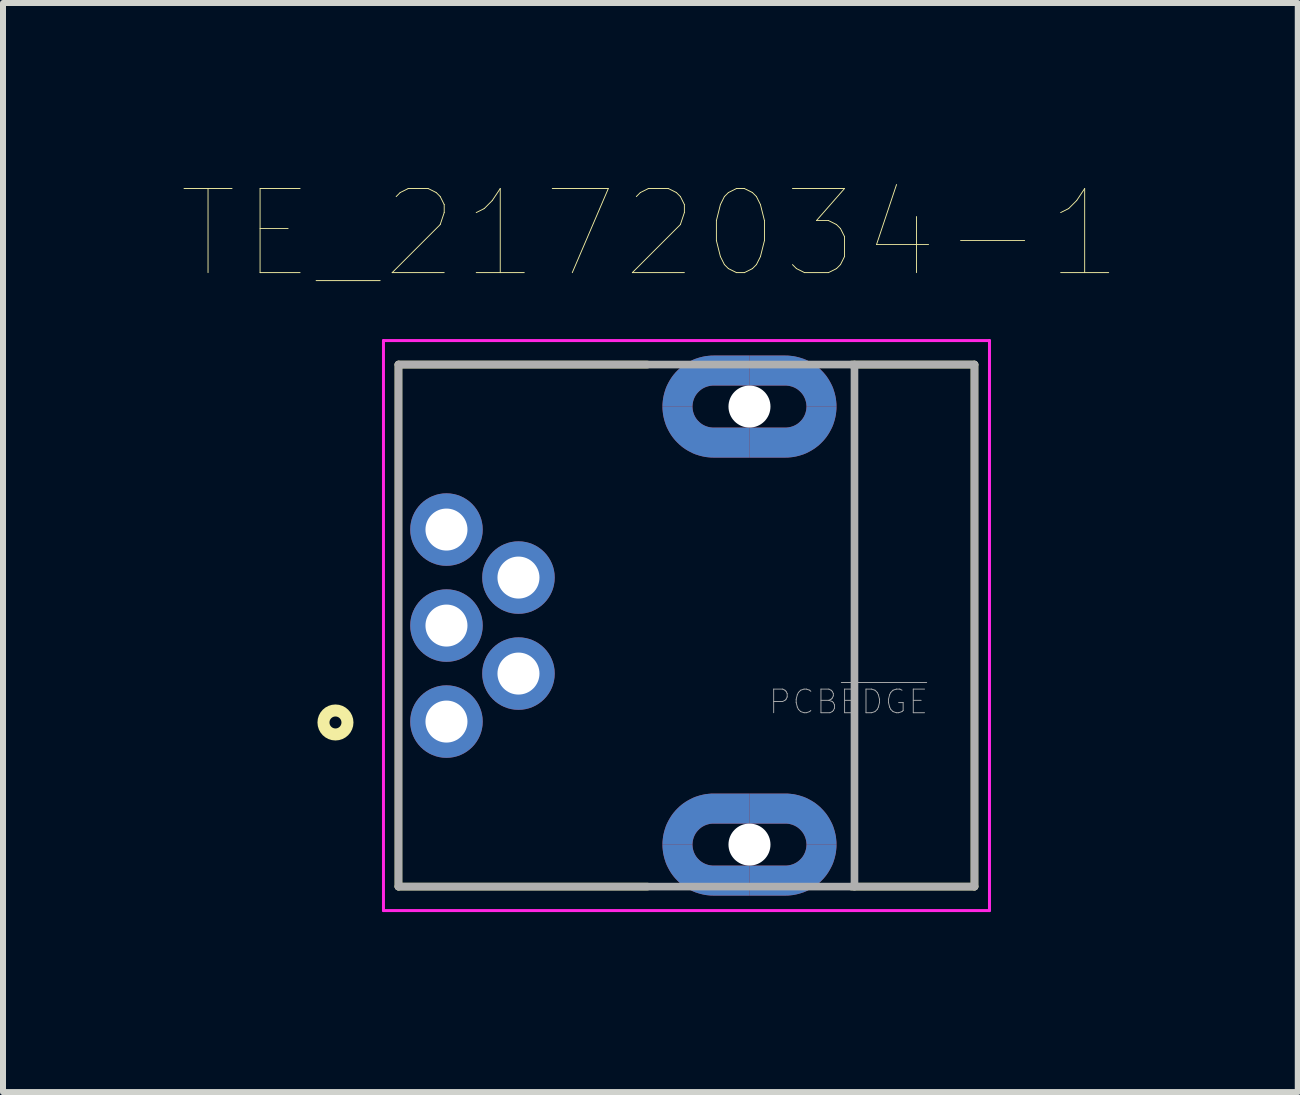
<source format=kicad_pcb>
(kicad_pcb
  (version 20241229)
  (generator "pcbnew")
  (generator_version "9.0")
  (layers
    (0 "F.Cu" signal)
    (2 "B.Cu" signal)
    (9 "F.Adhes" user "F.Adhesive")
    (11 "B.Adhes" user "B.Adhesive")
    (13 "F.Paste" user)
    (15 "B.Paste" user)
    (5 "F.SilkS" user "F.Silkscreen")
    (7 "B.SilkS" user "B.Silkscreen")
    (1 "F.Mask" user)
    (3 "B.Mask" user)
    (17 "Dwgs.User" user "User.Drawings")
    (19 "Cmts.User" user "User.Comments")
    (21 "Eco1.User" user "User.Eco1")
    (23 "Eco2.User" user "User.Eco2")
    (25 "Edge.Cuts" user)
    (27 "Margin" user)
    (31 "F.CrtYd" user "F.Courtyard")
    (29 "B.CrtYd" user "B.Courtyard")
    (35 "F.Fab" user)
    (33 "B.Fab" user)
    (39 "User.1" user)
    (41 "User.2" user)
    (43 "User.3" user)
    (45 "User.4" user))
  (footprint "TE_2172034-1"
    (layer "F.Cu")
    (at 9.441 7.376)
    (property "Reference" "TE_2172034-1" (at -1.652 -6.53 0) (layer "F.SilkS") (effects (font (size 1.401 1.401) (thickness 0.015))))
    (attr through_hole)
    (fp_poly (pts (xy 0 -4.5) (xy -0.6 -4.5) (xy -0.644 -4.499) (xy -0.689 -4.495) (xy -0.733 -4.49) (xy -0.777 -4.481) (xy -0.82 -4.471) (xy -0.863 -4.458) (xy -0.905 -4.444) (xy -0.946 -4.427) (xy -0.986 -4.407) (xy -1.025 -4.386) (xy -1.063 -4.363) (xy -1.1 -4.338) (xy -1.135 -4.311) (xy -1.169 -4.282) (xy -1.201 -4.251) (xy -1.232 -4.219) (xy -1.261 -4.185) (xy -1.288 -4.15) (xy -1.313 -4.113) (xy -1.336 -4.075) (xy -1.357 -4.036) (xy -1.377 -3.996) (xy -1.394 -3.955) (xy -1.408 -3.913) (xy -1.421 -3.87) (xy -1.431 -3.827) (xy -1.44 -3.783) (xy -1.445 -3.739) (xy -1.449 -3.694) (xy -1.45 -3.65) (xy -0.95 -3.65) (xy -0.95 -3.668) (xy -0.948 -3.687) (xy -0.946 -3.705) (xy -0.942 -3.723) (xy -0.938 -3.741) (xy -0.933 -3.758) (xy -0.927 -3.775) (xy -0.92 -3.792) (xy -0.912 -3.809) (xy -0.903 -3.825) (xy -0.894 -3.841) (xy -0.883 -3.856) (xy -0.872 -3.87) (xy -0.86 -3.884) (xy -0.847 -3.897) (xy -0.834 -3.91) (xy -0.82 -3.922) (xy -0.806 -3.933) (xy -0.791 -3.944) (xy -0.775 -3.953) (xy -0.759 -3.962) (xy -0.742 -3.97) (xy -0.725 -3.977) (xy -0.708 -3.983) (xy -0.691 -3.988) (xy -0.673 -3.992) (xy -0.655 -3.996) (xy -0.637 -3.998) (xy -0.618 -4) (xy -0.6 -4) (xy 0 -4) (xy 0 -4.5)) (stroke (width 0.0001) (type solid)) (fill yes) (layer "F.Cu"))
    (fp_poly (pts (xy 0 -4.5) (xy 0.6 -4.5) (xy 0.644 -4.499) (xy 0.689 -4.495) (xy 0.733 -4.49) (xy 0.777 -4.481) (xy 0.82 -4.471) (xy 0.863 -4.458) (xy 0.905 -4.444) (xy 0.946 -4.427) (xy 0.986 -4.407) (xy 1.025 -4.386) (xy 1.063 -4.363) (xy 1.1 -4.338) (xy 1.135 -4.311) (xy 1.169 -4.282) (xy 1.201 -4.251) (xy 1.232 -4.219) (xy 1.261 -4.185) (xy 1.288 -4.15) (xy 1.313 -4.113) (xy 1.336 -4.075) (xy 1.357 -4.036) (xy 1.377 -3.996) (xy 1.394 -3.955) (xy 1.408 -3.913) (xy 1.421 -3.87) (xy 1.431 -3.827) (xy 1.44 -3.783) (xy 1.445 -3.739) (xy 1.449 -3.694) (xy 1.45 -3.65) (xy 0.95 -3.65) (xy 0.95 -3.668) (xy 0.948 -3.687) (xy 0.946 -3.705) (xy 0.942 -3.723) (xy 0.938 -3.741) (xy 0.933 -3.758) (xy 0.927 -3.775) (xy 0.92 -3.792) (xy 0.912 -3.809) (xy 0.903 -3.825) (xy 0.894 -3.841) (xy 0.883 -3.856) (xy 0.872 -3.87) (xy 0.86 -3.884) (xy 0.847 -3.897) (xy 0.834 -3.91) (xy 0.82 -3.922) (xy 0.806 -3.933) (xy 0.791 -3.944) (xy 0.775 -3.953) (xy 0.759 -3.962) (xy 0.742 -3.97) (xy 0.725 -3.977) (xy 0.708 -3.983) (xy 0.691 -3.988) (xy 0.673 -3.992) (xy 0.655 -3.996) (xy 0.637 -3.998) (xy 0.618 -4) (xy 0.6 -4) (xy 0 -4) (xy 0 -4.5)) (stroke (width 0.0001) (type solid)) (fill yes) (layer "F.Cu"))
    (fp_poly (pts (xy 0 -2.8) (xy -0.6 -2.8) (xy -0.644 -2.801) (xy -0.689 -2.805) (xy -0.733 -2.81) (xy -0.777 -2.819) (xy -0.82 -2.829) (xy -0.863 -2.842) (xy -0.905 -2.856) (xy -0.946 -2.873) (xy -0.986 -2.893) (xy -1.025 -2.914) (xy -1.063 -2.937) (xy -1.1 -2.962) (xy -1.135 -2.989) (xy -1.169 -3.018) (xy -1.201 -3.049) (xy -1.232 -3.081) (xy -1.261 -3.115) (xy -1.288 -3.15) (xy -1.313 -3.187) (xy -1.336 -3.225) (xy -1.357 -3.264) (xy -1.377 -3.304) (xy -1.394 -3.345) (xy -1.408 -3.387) (xy -1.421 -3.43) (xy -1.431 -3.473) (xy -1.44 -3.517) (xy -1.445 -3.561) (xy -1.449 -3.606) (xy -1.45 -3.65) (xy -0.95 -3.65) (xy -0.95 -3.632) (xy -0.948 -3.613) (xy -0.946 -3.595) (xy -0.942 -3.577) (xy -0.938 -3.559) (xy -0.933 -3.542) (xy -0.927 -3.525) (xy -0.92 -3.508) (xy -0.912 -3.491) (xy -0.903 -3.475) (xy -0.894 -3.459) (xy -0.883 -3.444) (xy -0.872 -3.43) (xy -0.86 -3.416) (xy -0.847 -3.403) (xy -0.834 -3.39) (xy -0.82 -3.378) (xy -0.806 -3.367) (xy -0.791 -3.356) (xy -0.775 -3.347) (xy -0.759 -3.338) (xy -0.742 -3.33) (xy -0.725 -3.323) (xy -0.708 -3.317) (xy -0.691 -3.312) (xy -0.673 -3.308) (xy -0.655 -3.304) (xy -0.637 -3.302) (xy -0.618 -3.3) (xy -0.6 -3.3) (xy 0 -3.3) (xy 0 -2.8)) (stroke (width 0.0001) (type solid)) (fill yes) (layer "F.Cu"))
    (fp_poly (pts (xy 0 -2.8) (xy 0.6 -2.8) (xy 0.644 -2.801) (xy 0.689 -2.805) (xy 0.733 -2.81) (xy 0.777 -2.819) (xy 0.82 -2.829) (xy 0.863 -2.842) (xy 0.905 -2.856) (xy 0.946 -2.873) (xy 0.986 -2.893) (xy 1.025 -2.914) (xy 1.063 -2.937) (xy 1.1 -2.962) (xy 1.135 -2.989) (xy 1.169 -3.018) (xy 1.201 -3.049) (xy 1.232 -3.081) (xy 1.261 -3.115) (xy 1.288 -3.15) (xy 1.313 -3.187) (xy 1.336 -3.225) (xy 1.357 -3.264) (xy 1.377 -3.304) (xy 1.394 -3.345) (xy 1.408 -3.387) (xy 1.421 -3.43) (xy 1.431 -3.473) (xy 1.44 -3.517) (xy 1.445 -3.561) (xy 1.449 -3.606) (xy 1.45 -3.65) (xy 0.95 -3.65) (xy 0.95 -3.632) (xy 0.948 -3.613) (xy 0.946 -3.595) (xy 0.942 -3.577) (xy 0.938 -3.559) (xy 0.933 -3.542) (xy 0.927 -3.525) (xy 0.92 -3.508) (xy 0.912 -3.491) (xy 0.903 -3.475) (xy 0.894 -3.459) (xy 0.883 -3.444) (xy 0.872 -3.43) (xy 0.86 -3.416) (xy 0.847 -3.403) (xy 0.834 -3.39) (xy 0.82 -3.378) (xy 0.806 -3.367) (xy 0.791 -3.356) (xy 0.775 -3.347) (xy 0.759 -3.338) (xy 0.742 -3.33) (xy 0.725 -3.323) (xy 0.708 -3.317) (xy 0.691 -3.312) (xy 0.673 -3.308) (xy 0.655 -3.304) (xy 0.637 -3.302) (xy 0.618 -3.3) (xy 0.6 -3.3) (xy 0 -3.3) (xy 0 -2.8)) (stroke (width 0.0001) (type solid)) (fill yes) (layer "F.Cu"))
    (fp_poly (pts (xy 0 2.8) (xy -0.6 2.8) (xy -0.644 2.801) (xy -0.689 2.805) (xy -0.733 2.81) (xy -0.777 2.819) (xy -0.82 2.829) (xy -0.863 2.842) (xy -0.905 2.856) (xy -0.946 2.873) (xy -0.986 2.893) (xy -1.025 2.914) (xy -1.063 2.937) (xy -1.1 2.962) (xy -1.135 2.989) (xy -1.169 3.018) (xy -1.201 3.049) (xy -1.232 3.081) (xy -1.261 3.115) (xy -1.288 3.15) (xy -1.313 3.187) (xy -1.336 3.225) (xy -1.357 3.264) (xy -1.377 3.304) (xy -1.394 3.345) (xy -1.408 3.387) (xy -1.421 3.43) (xy -1.431 3.473) (xy -1.44 3.517) (xy -1.445 3.561) (xy -1.449 3.606) (xy -1.45 3.65) (xy -0.95 3.65) (xy -0.95 3.632) (xy -0.948 3.613) (xy -0.946 3.595) (xy -0.942 3.577) (xy -0.938 3.559) (xy -0.933 3.542) (xy -0.927 3.525) (xy -0.92 3.508) (xy -0.912 3.491) (xy -0.903 3.475) (xy -0.894 3.459) (xy -0.883 3.444) (xy -0.872 3.43) (xy -0.86 3.416) (xy -0.847 3.403) (xy -0.834 3.39) (xy -0.82 3.378) (xy -0.806 3.367) (xy -0.791 3.356) (xy -0.775 3.347) (xy -0.759 3.338) (xy -0.742 3.33) (xy -0.725 3.323) (xy -0.708 3.317) (xy -0.691 3.312) (xy -0.673 3.308) (xy -0.655 3.304) (xy -0.637 3.302) (xy -0.618 3.3) (xy -0.6 3.3) (xy 0 3.3) (xy 0 2.8)) (stroke (width 0.0001) (type solid)) (fill yes) (layer "F.Cu"))
    (fp_poly (pts (xy 0 2.8) (xy 0.6 2.8) (xy 0.644 2.801) (xy 0.689 2.805) (xy 0.733 2.81) (xy 0.777 2.819) (xy 0.82 2.829) (xy 0.863 2.842) (xy 0.905 2.856) (xy 0.946 2.873) (xy 0.986 2.893) (xy 1.025 2.914) (xy 1.063 2.937) (xy 1.1 2.962) (xy 1.135 2.989) (xy 1.169 3.018) (xy 1.201 3.049) (xy 1.232 3.081) (xy 1.261 3.115) (xy 1.288 3.15) (xy 1.313 3.187) (xy 1.336 3.225) (xy 1.357 3.264) (xy 1.377 3.304) (xy 1.394 3.345) (xy 1.408 3.387) (xy 1.421 3.43) (xy 1.431 3.473) (xy 1.44 3.517) (xy 1.445 3.561) (xy 1.449 3.606) (xy 1.45 3.65) (xy 0.95 3.65) (xy 0.95 3.632) (xy 0.948 3.613) (xy 0.946 3.595) (xy 0.942 3.577) (xy 0.938 3.559) (xy 0.933 3.542) (xy 0.927 3.525) (xy 0.92 3.508) (xy 0.912 3.491) (xy 0.903 3.475) (xy 0.894 3.459) (xy 0.883 3.444) (xy 0.872 3.43) (xy 0.86 3.416) (xy 0.847 3.403) (xy 0.834 3.39) (xy 0.82 3.378) (xy 0.806 3.367) (xy 0.791 3.356) (xy 0.775 3.347) (xy 0.759 3.338) (xy 0.742 3.33) (xy 0.725 3.323) (xy 0.708 3.317) (xy 0.691 3.312) (xy 0.673 3.308) (xy 0.655 3.304) (xy 0.637 3.302) (xy 0.618 3.3) (xy 0.6 3.3) (xy 0 3.3) (xy 0 2.8)) (stroke (width 0.0001) (type solid)) (fill yes) (layer "F.Cu"))
    (fp_poly (pts (xy 0 4.5) (xy -0.6 4.5) (xy -0.644 4.499) (xy -0.689 4.495) (xy -0.733 4.49) (xy -0.777 4.481) (xy -0.82 4.471) (xy -0.863 4.458) (xy -0.905 4.444) (xy -0.946 4.427) (xy -0.986 4.407) (xy -1.025 4.386) (xy -1.063 4.363) (xy -1.1 4.338) (xy -1.135 4.311) (xy -1.169 4.282) (xy -1.201 4.251) (xy -1.232 4.219) (xy -1.261 4.185) (xy -1.288 4.15) (xy -1.313 4.113) (xy -1.336 4.075) (xy -1.357 4.036) (xy -1.377 3.996) (xy -1.394 3.955) (xy -1.408 3.913) (xy -1.421 3.87) (xy -1.431 3.827) (xy -1.44 3.783) (xy -1.445 3.739) (xy -1.449 3.694) (xy -1.45 3.65) (xy -0.95 3.65) (xy -0.95 3.668) (xy -0.948 3.687) (xy -0.946 3.705) (xy -0.942 3.723) (xy -0.938 3.741) (xy -0.933 3.758) (xy -0.927 3.775) (xy -0.92 3.792) (xy -0.912 3.809) (xy -0.903 3.825) (xy -0.894 3.841) (xy -0.883 3.856) (xy -0.872 3.87) (xy -0.86 3.884) (xy -0.847 3.897) (xy -0.834 3.91) (xy -0.82 3.922) (xy -0.806 3.933) (xy -0.791 3.944) (xy -0.775 3.953) (xy -0.759 3.962) (xy -0.742 3.97) (xy -0.725 3.977) (xy -0.708 3.983) (xy -0.691 3.988) (xy -0.673 3.992) (xy -0.655 3.996) (xy -0.637 3.998) (xy -0.618 4) (xy -0.6 4) (xy 0 4) (xy 0 4.5)) (stroke (width 0.0001) (type solid)) (fill yes) (layer "F.Cu"))
    (fp_poly (pts (xy 0 4.5) (xy 0.6 4.5) (xy 0.644 4.499) (xy 0.689 4.495) (xy 0.733 4.49) (xy 0.777 4.481) (xy 0.82 4.471) (xy 0.863 4.458) (xy 0.905 4.444) (xy 0.946 4.427) (xy 0.986 4.407) (xy 1.025 4.386) (xy 1.063 4.363) (xy 1.1 4.338) (xy 1.135 4.311) (xy 1.169 4.282) (xy 1.201 4.251) (xy 1.232 4.219) (xy 1.261 4.185) (xy 1.288 4.15) (xy 1.313 4.113) (xy 1.336 4.075) (xy 1.357 4.036) (xy 1.377 3.996) (xy 1.394 3.955) (xy 1.408 3.913) (xy 1.421 3.87) (xy 1.431 3.827) (xy 1.44 3.783) (xy 1.445 3.739) (xy 1.449 3.694) (xy 1.45 3.65) (xy 0.95 3.65) (xy 0.95 3.668) (xy 0.948 3.687) (xy 0.946 3.705) (xy 0.942 3.723) (xy 0.938 3.741) (xy 0.933 3.758) (xy 0.927 3.775) (xy 0.92 3.792) (xy 0.912 3.809) (xy 0.903 3.825) (xy 0.894 3.841) (xy 0.883 3.856) (xy 0.872 3.87) (xy 0.86 3.884) (xy 0.847 3.897) (xy 0.834 3.91) (xy 0.82 3.922) (xy 0.806 3.933) (xy 0.791 3.944) (xy 0.775 3.953) (xy 0.759 3.962) (xy 0.742 3.97) (xy 0.725 3.977) (xy 0.708 3.983) (xy 0.691 3.988) (xy 0.673 3.992) (xy 0.655 3.996) (xy 0.637 3.998) (xy 0.618 4) (xy 0.6 4) (xy 0 4) (xy 0 4.5)) (stroke (width 0.0001) (type solid)) (fill yes) (layer "F.Cu"))
    (fp_poly (pts (xy -1.553 2.7) (xy 1.55 2.7) (xy 1.55 4.609) (xy -1.553 4.609)) (stroke (width 0.01) (type solid)) (fill yes) (layer "F.Mask"))
    (fp_poly (pts (xy -1.552 -4.6) (xy 1.55 -4.6) (xy 1.55 -2.704) (xy -1.552 -2.704)) (stroke (width 0.01) (type solid)) (fill yes) (layer "F.Mask"))
    (fp_poly (pts (xy -1.551 2.7) (xy 1.55 2.7) (xy 1.55 4.604) (xy -1.551 4.604)) (stroke (width 0.01) (type solid)) (fill yes) (layer "F.Mask"))
    (fp_poly (pts (xy 0 -4.5) (xy -0.6 -4.5) (xy -0.644 -4.499) (xy -0.689 -4.495) (xy -0.733 -4.49) (xy -0.777 -4.481) (xy -0.82 -4.471) (xy -0.863 -4.458) (xy -0.905 -4.444) (xy -0.946 -4.427) (xy -0.986 -4.407) (xy -1.025 -4.386) (xy -1.063 -4.363) (xy -1.1 -4.338) (xy -1.135 -4.311) (xy -1.169 -4.282) (xy -1.201 -4.251) (xy -1.232 -4.219) (xy -1.261 -4.185) (xy -1.288 -4.15) (xy -1.313 -4.113) (xy -1.336 -4.075) (xy -1.357 -4.036) (xy -1.377 -3.996) (xy -1.394 -3.955) (xy -1.408 -3.913) (xy -1.421 -3.87) (xy -1.431 -3.827) (xy -1.44 -3.783) (xy -1.445 -3.739) (xy -1.449 -3.694) (xy -1.45 -3.65) (xy -0.95 -3.65) (xy -0.95 -3.668) (xy -0.948 -3.687) (xy -0.946 -3.705) (xy -0.942 -3.723) (xy -0.938 -3.741) (xy -0.933 -3.758) (xy -0.927 -3.775) (xy -0.92 -3.792) (xy -0.912 -3.809) (xy -0.903 -3.825) (xy -0.894 -3.841) (xy -0.883 -3.856) (xy -0.872 -3.87) (xy -0.86 -3.884) (xy -0.847 -3.897) (xy -0.834 -3.91) (xy -0.82 -3.922) (xy -0.806 -3.933) (xy -0.791 -3.944) (xy -0.775 -3.953) (xy -0.759 -3.962) (xy -0.742 -3.97) (xy -0.725 -3.977) (xy -0.708 -3.983) (xy -0.691 -3.988) (xy -0.673 -3.992) (xy -0.655 -3.996) (xy -0.637 -3.998) (xy -0.618 -4) (xy -0.6 -4) (xy 0 -4) (xy 0 -4.5)) (stroke (width 0.0001) (type solid)) (fill yes) (layer "B.Cu"))
    (fp_poly (pts (xy 0 -4.5) (xy 0.6 -4.5) (xy 0.644 -4.499) (xy 0.689 -4.495) (xy 0.733 -4.49) (xy 0.777 -4.481) (xy 0.82 -4.471) (xy 0.863 -4.458) (xy 0.905 -4.444) (xy 0.946 -4.427) (xy 0.986 -4.407) (xy 1.025 -4.386) (xy 1.063 -4.363) (xy 1.1 -4.338) (xy 1.135 -4.311) (xy 1.169 -4.282) (xy 1.201 -4.251) (xy 1.232 -4.219) (xy 1.261 -4.185) (xy 1.288 -4.15) (xy 1.313 -4.113) (xy 1.336 -4.075) (xy 1.357 -4.036) (xy 1.377 -3.996) (xy 1.394 -3.955) (xy 1.408 -3.913) (xy 1.421 -3.87) (xy 1.431 -3.827) (xy 1.44 -3.783) (xy 1.445 -3.739) (xy 1.449 -3.694) (xy 1.45 -3.65) (xy 0.95 -3.65) (xy 0.95 -3.668) (xy 0.948 -3.687) (xy 0.946 -3.705) (xy 0.942 -3.723) (xy 0.938 -3.741) (xy 0.933 -3.758) (xy 0.927 -3.775) (xy 0.92 -3.792) (xy 0.912 -3.809) (xy 0.903 -3.825) (xy 0.894 -3.841) (xy 0.883 -3.856) (xy 0.872 -3.87) (xy 0.86 -3.884) (xy 0.847 -3.897) (xy 0.834 -3.91) (xy 0.82 -3.922) (xy 0.806 -3.933) (xy 0.791 -3.944) (xy 0.775 -3.953) (xy 0.759 -3.962) (xy 0.742 -3.97) (xy 0.725 -3.977) (xy 0.708 -3.983) (xy 0.691 -3.988) (xy 0.673 -3.992) (xy 0.655 -3.996) (xy 0.637 -3.998) (xy 0.618 -4) (xy 0.6 -4) (xy 0 -4) (xy 0 -4.5)) (stroke (width 0.0001) (type solid)) (fill yes) (layer "B.Cu"))
    (fp_poly (pts (xy 0 -2.8) (xy -0.6 -2.8) (xy -0.644 -2.801) (xy -0.689 -2.805) (xy -0.733 -2.81) (xy -0.777 -2.819) (xy -0.82 -2.829) (xy -0.863 -2.842) (xy -0.905 -2.856) (xy -0.946 -2.873) (xy -0.986 -2.893) (xy -1.025 -2.914) (xy -1.063 -2.937) (xy -1.1 -2.962) (xy -1.135 -2.989) (xy -1.169 -3.018) (xy -1.201 -3.049) (xy -1.232 -3.081) (xy -1.261 -3.115) (xy -1.288 -3.15) (xy -1.313 -3.187) (xy -1.336 -3.225) (xy -1.357 -3.264) (xy -1.377 -3.304) (xy -1.394 -3.345) (xy -1.408 -3.387) (xy -1.421 -3.43) (xy -1.431 -3.473) (xy -1.44 -3.517) (xy -1.445 -3.561) (xy -1.449 -3.606) (xy -1.45 -3.65) (xy -0.95 -3.65) (xy -0.95 -3.632) (xy -0.948 -3.613) (xy -0.946 -3.595) (xy -0.942 -3.577) (xy -0.938 -3.559) (xy -0.933 -3.542) (xy -0.927 -3.525) (xy -0.92 -3.508) (xy -0.912 -3.491) (xy -0.903 -3.475) (xy -0.894 -3.459) (xy -0.883 -3.444) (xy -0.872 -3.43) (xy -0.86 -3.416) (xy -0.847 -3.403) (xy -0.834 -3.39) (xy -0.82 -3.378) (xy -0.806 -3.367) (xy -0.791 -3.356) (xy -0.775 -3.347) (xy -0.759 -3.338) (xy -0.742 -3.33) (xy -0.725 -3.323) (xy -0.708 -3.317) (xy -0.691 -3.312) (xy -0.673 -3.308) (xy -0.655 -3.304) (xy -0.637 -3.302) (xy -0.618 -3.3) (xy -0.6 -3.3) (xy 0 -3.3) (xy 0 -2.8)) (stroke (width 0.0001) (type solid)) (fill yes) (layer "B.Cu"))
    (fp_poly (pts (xy 0 -2.8) (xy 0.6 -2.8) (xy 0.644 -2.801) (xy 0.689 -2.805) (xy 0.733 -2.81) (xy 0.777 -2.819) (xy 0.82 -2.829) (xy 0.863 -2.842) (xy 0.905 -2.856) (xy 0.946 -2.873) (xy 0.986 -2.893) (xy 1.025 -2.914) (xy 1.063 -2.937) (xy 1.1 -2.962) (xy 1.135 -2.989) (xy 1.169 -3.018) (xy 1.201 -3.049) (xy 1.232 -3.081) (xy 1.261 -3.115) (xy 1.288 -3.15) (xy 1.313 -3.187) (xy 1.336 -3.225) (xy 1.357 -3.264) (xy 1.377 -3.304) (xy 1.394 -3.345) (xy 1.408 -3.387) (xy 1.421 -3.43) (xy 1.431 -3.473) (xy 1.44 -3.517) (xy 1.445 -3.561) (xy 1.449 -3.606) (xy 1.45 -3.65) (xy 0.95 -3.65) (xy 0.95 -3.632) (xy 0.948 -3.613) (xy 0.946 -3.595) (xy 0.942 -3.577) (xy 0.938 -3.559) (xy 0.933 -3.542) (xy 0.927 -3.525) (xy 0.92 -3.508) (xy 0.912 -3.491) (xy 0.903 -3.475) (xy 0.894 -3.459) (xy 0.883 -3.444) (xy 0.872 -3.43) (xy 0.86 -3.416) (xy 0.847 -3.403) (xy 0.834 -3.39) (xy 0.82 -3.378) (xy 0.806 -3.367) (xy 0.791 -3.356) (xy 0.775 -3.347) (xy 0.759 -3.338) (xy 0.742 -3.33) (xy 0.725 -3.323) (xy 0.708 -3.317) (xy 0.691 -3.312) (xy 0.673 -3.308) (xy 0.655 -3.304) (xy 0.637 -3.302) (xy 0.618 -3.3) (xy 0.6 -3.3) (xy 0 -3.3) (xy 0 -2.8)) (stroke (width 0.0001) (type solid)) (fill yes) (layer "B.Cu"))
    (fp_poly (pts (xy 0 2.8) (xy -0.6 2.8) (xy -0.644 2.801) (xy -0.689 2.805) (xy -0.733 2.81) (xy -0.777 2.819) (xy -0.82 2.829) (xy -0.863 2.842) (xy -0.905 2.856) (xy -0.946 2.873) (xy -0.986 2.893) (xy -1.025 2.914) (xy -1.063 2.937) (xy -1.1 2.962) (xy -1.135 2.989) (xy -1.169 3.018) (xy -1.201 3.049) (xy -1.232 3.081) (xy -1.261 3.115) (xy -1.288 3.15) (xy -1.313 3.187) (xy -1.336 3.225) (xy -1.357 3.264) (xy -1.377 3.304) (xy -1.394 3.345) (xy -1.408 3.387) (xy -1.421 3.43) (xy -1.431 3.473) (xy -1.44 3.517) (xy -1.445 3.561) (xy -1.449 3.606) (xy -1.45 3.65) (xy -0.95 3.65) (xy -0.95 3.632) (xy -0.948 3.613) (xy -0.946 3.595) (xy -0.942 3.577) (xy -0.938 3.559) (xy -0.933 3.542) (xy -0.927 3.525) (xy -0.92 3.508) (xy -0.912 3.491) (xy -0.903 3.475) (xy -0.894 3.459) (xy -0.883 3.444) (xy -0.872 3.43) (xy -0.86 3.416) (xy -0.847 3.403) (xy -0.834 3.39) (xy -0.82 3.378) (xy -0.806 3.367) (xy -0.791 3.356) (xy -0.775 3.347) (xy -0.759 3.338) (xy -0.742 3.33) (xy -0.725 3.323) (xy -0.708 3.317) (xy -0.691 3.312) (xy -0.673 3.308) (xy -0.655 3.304) (xy -0.637 3.302) (xy -0.618 3.3) (xy -0.6 3.3) (xy 0 3.3) (xy 0 2.8)) (stroke (width 0.0001) (type solid)) (fill yes) (layer "B.Cu"))
    (fp_poly (pts (xy 0 2.8) (xy 0.6 2.8) (xy 0.644 2.801) (xy 0.689 2.805) (xy 0.733 2.81) (xy 0.777 2.819) (xy 0.82 2.829) (xy 0.863 2.842) (xy 0.905 2.856) (xy 0.946 2.873) (xy 0.986 2.893) (xy 1.025 2.914) (xy 1.063 2.937) (xy 1.1 2.962) (xy 1.135 2.989) (xy 1.169 3.018) (xy 1.201 3.049) (xy 1.232 3.081) (xy 1.261 3.115) (xy 1.288 3.15) (xy 1.313 3.187) (xy 1.336 3.225) (xy 1.357 3.264) (xy 1.377 3.304) (xy 1.394 3.345) (xy 1.408 3.387) (xy 1.421 3.43) (xy 1.431 3.473) (xy 1.44 3.517) (xy 1.445 3.561) (xy 1.449 3.606) (xy 1.45 3.65) (xy 0.95 3.65) (xy 0.95 3.632) (xy 0.948 3.613) (xy 0.946 3.595) (xy 0.942 3.577) (xy 0.938 3.559) (xy 0.933 3.542) (xy 0.927 3.525) (xy 0.92 3.508) (xy 0.912 3.491) (xy 0.903 3.475) (xy 0.894 3.459) (xy 0.883 3.444) (xy 0.872 3.43) (xy 0.86 3.416) (xy 0.847 3.403) (xy 0.834 3.39) (xy 0.82 3.378) (xy 0.806 3.367) (xy 0.791 3.356) (xy 0.775 3.347) (xy 0.759 3.338) (xy 0.742 3.33) (xy 0.725 3.323) (xy 0.708 3.317) (xy 0.691 3.312) (xy 0.673 3.308) (xy 0.655 3.304) (xy 0.637 3.302) (xy 0.618 3.3) (xy 0.6 3.3) (xy 0 3.3) (xy 0 2.8)) (stroke (width 0.0001) (type solid)) (fill yes) (layer "B.Cu"))
    (fp_poly (pts (xy 0 4.5) (xy -0.6 4.5) (xy -0.644 4.499) (xy -0.689 4.495) (xy -0.733 4.49) (xy -0.777 4.481) (xy -0.82 4.471) (xy -0.863 4.458) (xy -0.905 4.444) (xy -0.946 4.427) (xy -0.986 4.407) (xy -1.025 4.386) (xy -1.063 4.363) (xy -1.1 4.338) (xy -1.135 4.311) (xy -1.169 4.282) (xy -1.201 4.251) (xy -1.232 4.219) (xy -1.261 4.185) (xy -1.288 4.15) (xy -1.313 4.113) (xy -1.336 4.075) (xy -1.357 4.036) (xy -1.377 3.996) (xy -1.394 3.955) (xy -1.408 3.913) (xy -1.421 3.87) (xy -1.431 3.827) (xy -1.44 3.783) (xy -1.445 3.739) (xy -1.449 3.694) (xy -1.45 3.65) (xy -0.95 3.65) (xy -0.95 3.668) (xy -0.948 3.687) (xy -0.946 3.705) (xy -0.942 3.723) (xy -0.938 3.741) (xy -0.933 3.758) (xy -0.927 3.775) (xy -0.92 3.792) (xy -0.912 3.809) (xy -0.903 3.825) (xy -0.894 3.841) (xy -0.883 3.856) (xy -0.872 3.87) (xy -0.86 3.884) (xy -0.847 3.897) (xy -0.834 3.91) (xy -0.82 3.922) (xy -0.806 3.933) (xy -0.791 3.944) (xy -0.775 3.953) (xy -0.759 3.962) (xy -0.742 3.97) (xy -0.725 3.977) (xy -0.708 3.983) (xy -0.691 3.988) (xy -0.673 3.992) (xy -0.655 3.996) (xy -0.637 3.998) (xy -0.618 4) (xy -0.6 4) (xy 0 4) (xy 0 4.5)) (stroke (width 0.0001) (type solid)) (fill yes) (layer "B.Cu"))
    (fp_poly (pts (xy 0 4.5) (xy 0.6 4.5) (xy 0.644 4.499) (xy 0.689 4.495) (xy 0.733 4.49) (xy 0.777 4.481) (xy 0.82 4.471) (xy 0.863 4.458) (xy 0.905 4.444) (xy 0.946 4.427) (xy 0.986 4.407) (xy 1.025 4.386) (xy 1.063 4.363) (xy 1.1 4.338) (xy 1.135 4.311) (xy 1.169 4.282) (xy 1.201 4.251) (xy 1.232 4.219) (xy 1.261 4.185) (xy 1.288 4.15) (xy 1.313 4.113) (xy 1.336 4.075) (xy 1.357 4.036) (xy 1.377 3.996) (xy 1.394 3.955) (xy 1.408 3.913) (xy 1.421 3.87) (xy 1.431 3.827) (xy 1.44 3.783) (xy 1.445 3.739) (xy 1.449 3.694) (xy 1.45 3.65) (xy 0.95 3.65) (xy 0.95 3.668) (xy 0.948 3.687) (xy 0.946 3.705) (xy 0.942 3.723) (xy 0.938 3.741) (xy 0.933 3.758) (xy 0.927 3.775) (xy 0.92 3.792) (xy 0.912 3.809) (xy 0.903 3.825) (xy 0.894 3.841) (xy 0.883 3.856) (xy 0.872 3.87) (xy 0.86 3.884) (xy 0.847 3.897) (xy 0.834 3.91) (xy 0.82 3.922) (xy 0.806 3.933) (xy 0.791 3.944) (xy 0.775 3.953) (xy 0.759 3.962) (xy 0.742 3.97) (xy 0.725 3.977) (xy 0.708 3.983) (xy 0.691 3.988) (xy 0.673 3.992) (xy 0.655 3.996) (xy 0.637 3.998) (xy 0.618 4) (xy 0.6 4) (xy 0 4) (xy 0 4.5)) (stroke (width 0.0001) (type solid)) (fill yes) (layer "B.Cu"))
    (fp_poly (pts (xy -1.552 2.7) (xy 1.55 2.7) (xy 1.55 4.607) (xy -1.552 4.607)) (stroke (width 0.01) (type solid)) (fill yes) (layer "B.Mask"))
    (fp_poly (pts (xy -1.551 -4.6) (xy 1.55 -4.6) (xy 1.55 -2.702) (xy -1.551 -2.702)) (stroke (width 0.01) (type solid)) (fill yes) (layer "B.Mask"))
    (fp_line (start -5.85 -4.35) (end -1.7 -4.35) (stroke (width 0.127) (type solid)) (layer "F.SilkS"))
    (fp_line (start -5.85 4.35) (end -5.85 -4.35) (stroke (width 0.127) (type solid)) (layer "F.SilkS"))
    (fp_line (start -1.7 4.35) (end -5.85 4.35) (stroke (width 0.127) (type solid)) (layer "F.SilkS"))
    (fp_line (start 1.7 -4.35) (end 3.75 -4.35) (stroke (width 0.127) (type solid)) (layer "F.SilkS"))
    (fp_line (start 3.75 -4.35) (end 3.75 4.35) (stroke (width 0.127) (type solid)) (layer "F.SilkS"))
    (fp_line (start 3.75 4.35) (end 1.7 4.35) (stroke (width 0.127) (type solid)) (layer "F.SilkS"))
    (fp_circle (center -6.9 1.615) (end -6.7 1.615) (stroke (width 0.2) (type solid)) (fill no) (layer "F.SilkS"))
    (fp_poly (pts (xy 0 -4.5) (xy -0.6 -4.5) (xy -0.644 -4.499) (xy -0.689 -4.495) (xy -0.733 -4.49) (xy -0.777 -4.481) (xy -0.82 -4.471) (xy -0.863 -4.458) (xy -0.905 -4.444) (xy -0.946 -4.427) (xy -0.986 -4.407) (xy -1.025 -4.386) (xy -1.063 -4.363) (xy -1.1 -4.338) (xy -1.135 -4.311) (xy -1.169 -4.282) (xy -1.201 -4.251) (xy -1.232 -4.219) (xy -1.261 -4.185) (xy -1.288 -4.15) (xy -1.313 -4.113) (xy -1.336 -4.075) (xy -1.357 -4.036) (xy -1.377 -3.996) (xy -1.394 -3.955) (xy -1.408 -3.913) (xy -1.421 -3.87) (xy -1.431 -3.827) (xy -1.44 -3.783) (xy -1.445 -3.739) (xy -1.449 -3.694) (xy -1.45 -3.65) (xy -0.95 -3.65) (xy -0.95 -3.668) (xy -0.948 -3.687) (xy -0.946 -3.705) (xy -0.942 -3.723) (xy -0.938 -3.741) (xy -0.933 -3.758) (xy -0.927 -3.775) (xy -0.92 -3.792) (xy -0.912 -3.809) (xy -0.903 -3.825) (xy -0.894 -3.841) (xy -0.883 -3.856) (xy -0.872 -3.87) (xy -0.86 -3.884) (xy -0.847 -3.897) (xy -0.834 -3.91) (xy -0.82 -3.922) (xy -0.806 -3.933) (xy -0.791 -3.944) (xy -0.775 -3.953) (xy -0.759 -3.962) (xy -0.742 -3.97) (xy -0.725 -3.977) (xy -0.708 -3.983) (xy -0.691 -3.988) (xy -0.673 -3.992) (xy -0.655 -3.996) (xy -0.637 -3.998) (xy -0.618 -4) (xy -0.6 -4) (xy 0 -4) (xy 0 -4.5)) (stroke (width 0.0001) (type solid)) (fill yes) (layer "F.Paste"))
    (fp_poly (pts (xy 0 -4.5) (xy 0.6 -4.5) (xy 0.644 -4.499) (xy 0.689 -4.495) (xy 0.733 -4.49) (xy 0.777 -4.481) (xy 0.82 -4.471) (xy 0.863 -4.458) (xy 0.905 -4.444) (xy 0.946 -4.427) (xy 0.986 -4.407) (xy 1.025 -4.386) (xy 1.063 -4.363) (xy 1.1 -4.338) (xy 1.135 -4.311) (xy 1.169 -4.282) (xy 1.201 -4.251) (xy 1.232 -4.219) (xy 1.261 -4.185) (xy 1.288 -4.15) (xy 1.313 -4.113) (xy 1.336 -4.075) (xy 1.357 -4.036) (xy 1.377 -3.996) (xy 1.394 -3.955) (xy 1.408 -3.913) (xy 1.421 -3.87) (xy 1.431 -3.827) (xy 1.44 -3.783) (xy 1.445 -3.739) (xy 1.449 -3.694) (xy 1.45 -3.65) (xy 0.95 -3.65) (xy 0.95 -3.668) (xy 0.948 -3.687) (xy 0.946 -3.705) (xy 0.942 -3.723) (xy 0.938 -3.741) (xy 0.933 -3.758) (xy 0.927 -3.775) (xy 0.92 -3.792) (xy 0.912 -3.809) (xy 0.903 -3.825) (xy 0.894 -3.841) (xy 0.883 -3.856) (xy 0.872 -3.87) (xy 0.86 -3.884) (xy 0.847 -3.897) (xy 0.834 -3.91) (xy 0.82 -3.922) (xy 0.806 -3.933) (xy 0.791 -3.944) (xy 0.775 -3.953) (xy 0.759 -3.962) (xy 0.742 -3.97) (xy 0.725 -3.977) (xy 0.708 -3.983) (xy 0.691 -3.988) (xy 0.673 -3.992) (xy 0.655 -3.996) (xy 0.637 -3.998) (xy 0.618 -4) (xy 0.6 -4) (xy 0 -4) (xy 0 -4.5)) (stroke (width 0.0001) (type solid)) (fill yes) (layer "F.Paste"))
    (fp_poly (pts (xy 0 -2.8) (xy -0.6 -2.8) (xy -0.644 -2.801) (xy -0.689 -2.805) (xy -0.733 -2.81) (xy -0.777 -2.819) (xy -0.82 -2.829) (xy -0.863 -2.842) (xy -0.905 -2.856) (xy -0.946 -2.873) (xy -0.986 -2.893) (xy -1.025 -2.914) (xy -1.063 -2.937) (xy -1.1 -2.962) (xy -1.135 -2.989) (xy -1.169 -3.018) (xy -1.201 -3.049) (xy -1.232 -3.081) (xy -1.261 -3.115) (xy -1.288 -3.15) (xy -1.313 -3.187) (xy -1.336 -3.225) (xy -1.357 -3.264) (xy -1.377 -3.304) (xy -1.394 -3.345) (xy -1.408 -3.387) (xy -1.421 -3.43) (xy -1.431 -3.473) (xy -1.44 -3.517) (xy -1.445 -3.561) (xy -1.449 -3.606) (xy -1.45 -3.65) (xy -0.95 -3.65) (xy -0.95 -3.632) (xy -0.948 -3.613) (xy -0.946 -3.595) (xy -0.942 -3.577) (xy -0.938 -3.559) (xy -0.933 -3.542) (xy -0.927 -3.525) (xy -0.92 -3.508) (xy -0.912 -3.491) (xy -0.903 -3.475) (xy -0.894 -3.459) (xy -0.883 -3.444) (xy -0.872 -3.43) (xy -0.86 -3.416) (xy -0.847 -3.403) (xy -0.834 -3.39) (xy -0.82 -3.378) (xy -0.806 -3.367) (xy -0.791 -3.356) (xy -0.775 -3.347) (xy -0.759 -3.338) (xy -0.742 -3.33) (xy -0.725 -3.323) (xy -0.708 -3.317) (xy -0.691 -3.312) (xy -0.673 -3.308) (xy -0.655 -3.304) (xy -0.637 -3.302) (xy -0.618 -3.3) (xy -0.6 -3.3) (xy 0 -3.3) (xy 0 -2.8)) (stroke (width 0.0001) (type solid)) (fill yes) (layer "F.Paste"))
    (fp_poly (pts (xy 0 -2.8) (xy 0.6 -2.8) (xy 0.644 -2.801) (xy 0.689 -2.805) (xy 0.733 -2.81) (xy 0.777 -2.819) (xy 0.82 -2.829) (xy 0.863 -2.842) (xy 0.905 -2.856) (xy 0.946 -2.873) (xy 0.986 -2.893) (xy 1.025 -2.914) (xy 1.063 -2.937) (xy 1.1 -2.962) (xy 1.135 -2.989) (xy 1.169 -3.018) (xy 1.201 -3.049) (xy 1.232 -3.081) (xy 1.261 -3.115) (xy 1.288 -3.15) (xy 1.313 -3.187) (xy 1.336 -3.225) (xy 1.357 -3.264) (xy 1.377 -3.304) (xy 1.394 -3.345) (xy 1.408 -3.387) (xy 1.421 -3.43) (xy 1.431 -3.473) (xy 1.44 -3.517) (xy 1.445 -3.561) (xy 1.449 -3.606) (xy 1.45 -3.65) (xy 0.95 -3.65) (xy 0.95 -3.632) (xy 0.948 -3.613) (xy 0.946 -3.595) (xy 0.942 -3.577) (xy 0.938 -3.559) (xy 0.933 -3.542) (xy 0.927 -3.525) (xy 0.92 -3.508) (xy 0.912 -3.491) (xy 0.903 -3.475) (xy 0.894 -3.459) (xy 0.883 -3.444) (xy 0.872 -3.43) (xy 0.86 -3.416) (xy 0.847 -3.403) (xy 0.834 -3.39) (xy 0.82 -3.378) (xy 0.806 -3.367) (xy 0.791 -3.356) (xy 0.775 -3.347) (xy 0.759 -3.338) (xy 0.742 -3.33) (xy 0.725 -3.323) (xy 0.708 -3.317) (xy 0.691 -3.312) (xy 0.673 -3.308) (xy 0.655 -3.304) (xy 0.637 -3.302) (xy 0.618 -3.3) (xy 0.6 -3.3) (xy 0 -3.3) (xy 0 -2.8)) (stroke (width 0.0001) (type solid)) (fill yes) (layer "F.Paste"))
    (fp_poly (pts (xy 0 2.8) (xy -0.6 2.8) (xy -0.644 2.801) (xy -0.689 2.805) (xy -0.733 2.81) (xy -0.777 2.819) (xy -0.82 2.829) (xy -0.863 2.842) (xy -0.905 2.856) (xy -0.946 2.873) (xy -0.986 2.893) (xy -1.025 2.914) (xy -1.063 2.937) (xy -1.1 2.962) (xy -1.135 2.989) (xy -1.169 3.018) (xy -1.201 3.049) (xy -1.232 3.081) (xy -1.261 3.115) (xy -1.288 3.15) (xy -1.313 3.187) (xy -1.336 3.225) (xy -1.357 3.264) (xy -1.377 3.304) (xy -1.394 3.345) (xy -1.408 3.387) (xy -1.421 3.43) (xy -1.431 3.473) (xy -1.44 3.517) (xy -1.445 3.561) (xy -1.449 3.606) (xy -1.45 3.65) (xy -0.95 3.65) (xy -0.95 3.632) (xy -0.948 3.613) (xy -0.946 3.595) (xy -0.942 3.577) (xy -0.938 3.559) (xy -0.933 3.542) (xy -0.927 3.525) (xy -0.92 3.508) (xy -0.912 3.491) (xy -0.903 3.475) (xy -0.894 3.459) (xy -0.883 3.444) (xy -0.872 3.43) (xy -0.86 3.416) (xy -0.847 3.403) (xy -0.834 3.39) (xy -0.82 3.378) (xy -0.806 3.367) (xy -0.791 3.356) (xy -0.775 3.347) (xy -0.759 3.338) (xy -0.742 3.33) (xy -0.725 3.323) (xy -0.708 3.317) (xy -0.691 3.312) (xy -0.673 3.308) (xy -0.655 3.304) (xy -0.637 3.302) (xy -0.618 3.3) (xy -0.6 3.3) (xy 0 3.3) (xy 0 2.8)) (stroke (width 0.0001) (type solid)) (fill yes) (layer "F.Paste"))
    (fp_poly (pts (xy 0 2.8) (xy 0.6 2.8) (xy 0.644 2.801) (xy 0.689 2.805) (xy 0.733 2.81) (xy 0.777 2.819) (xy 0.82 2.829) (xy 0.863 2.842) (xy 0.905 2.856) (xy 0.946 2.873) (xy 0.986 2.893) (xy 1.025 2.914) (xy 1.063 2.937) (xy 1.1 2.962) (xy 1.135 2.989) (xy 1.169 3.018) (xy 1.201 3.049) (xy 1.232 3.081) (xy 1.261 3.115) (xy 1.288 3.15) (xy 1.313 3.187) (xy 1.336 3.225) (xy 1.357 3.264) (xy 1.377 3.304) (xy 1.394 3.345) (xy 1.408 3.387) (xy 1.421 3.43) (xy 1.431 3.473) (xy 1.44 3.517) (xy 1.445 3.561) (xy 1.449 3.606) (xy 1.45 3.65) (xy 0.95 3.65) (xy 0.95 3.632) (xy 0.948 3.613) (xy 0.946 3.595) (xy 0.942 3.577) (xy 0.938 3.559) (xy 0.933 3.542) (xy 0.927 3.525) (xy 0.92 3.508) (xy 0.912 3.491) (xy 0.903 3.475) (xy 0.894 3.459) (xy 0.883 3.444) (xy 0.872 3.43) (xy 0.86 3.416) (xy 0.847 3.403) (xy 0.834 3.39) (xy 0.82 3.378) (xy 0.806 3.367) (xy 0.791 3.356) (xy 0.775 3.347) (xy 0.759 3.338) (xy 0.742 3.33) (xy 0.725 3.323) (xy 0.708 3.317) (xy 0.691 3.312) (xy 0.673 3.308) (xy 0.655 3.304) (xy 0.637 3.302) (xy 0.618 3.3) (xy 0.6 3.3) (xy 0 3.3) (xy 0 2.8)) (stroke (width 0.0001) (type solid)) (fill yes) (layer "F.Paste"))
    (fp_poly (pts (xy 0 4.5) (xy -0.6 4.5) (xy -0.644 4.499) (xy -0.689 4.495) (xy -0.733 4.49) (xy -0.777 4.481) (xy -0.82 4.471) (xy -0.863 4.458) (xy -0.905 4.444) (xy -0.946 4.427) (xy -0.986 4.407) (xy -1.025 4.386) (xy -1.063 4.363) (xy -1.1 4.338) (xy -1.135 4.311) (xy -1.169 4.282) (xy -1.201 4.251) (xy -1.232 4.219) (xy -1.261 4.185) (xy -1.288 4.15) (xy -1.313 4.113) (xy -1.336 4.075) (xy -1.357 4.036) (xy -1.377 3.996) (xy -1.394 3.955) (xy -1.408 3.913) (xy -1.421 3.87) (xy -1.431 3.827) (xy -1.44 3.783) (xy -1.445 3.739) (xy -1.449 3.694) (xy -1.45 3.65) (xy -0.95 3.65) (xy -0.95 3.668) (xy -0.948 3.687) (xy -0.946 3.705) (xy -0.942 3.723) (xy -0.938 3.741) (xy -0.933 3.758) (xy -0.927 3.775) (xy -0.92 3.792) (xy -0.912 3.809) (xy -0.903 3.825) (xy -0.894 3.841) (xy -0.883 3.856) (xy -0.872 3.87) (xy -0.86 3.884) (xy -0.847 3.897) (xy -0.834 3.91) (xy -0.82 3.922) (xy -0.806 3.933) (xy -0.791 3.944) (xy -0.775 3.953) (xy -0.759 3.962) (xy -0.742 3.97) (xy -0.725 3.977) (xy -0.708 3.983) (xy -0.691 3.988) (xy -0.673 3.992) (xy -0.655 3.996) (xy -0.637 3.998) (xy -0.618 4) (xy -0.6 4) (xy 0 4) (xy 0 4.5)) (stroke (width 0.0001) (type solid)) (fill yes) (layer "F.Paste"))
    (fp_poly (pts (xy 0 4.5) (xy 0.6 4.5) (xy 0.644 4.499) (xy 0.689 4.495) (xy 0.733 4.49) (xy 0.777 4.481) (xy 0.82 4.471) (xy 0.863 4.458) (xy 0.905 4.444) (xy 0.946 4.427) (xy 0.986 4.407) (xy 1.025 4.386) (xy 1.063 4.363) (xy 1.1 4.338) (xy 1.135 4.311) (xy 1.169 4.282) (xy 1.201 4.251) (xy 1.232 4.219) (xy 1.261 4.185) (xy 1.288 4.15) (xy 1.313 4.113) (xy 1.336 4.075) (xy 1.357 4.036) (xy 1.377 3.996) (xy 1.394 3.955) (xy 1.408 3.913) (xy 1.421 3.87) (xy 1.431 3.827) (xy 1.44 3.783) (xy 1.445 3.739) (xy 1.449 3.694) (xy 1.45 3.65) (xy 0.95 3.65) (xy 0.95 3.668) (xy 0.948 3.687) (xy 0.946 3.705) (xy 0.942 3.723) (xy 0.938 3.741) (xy 0.933 3.758) (xy 0.927 3.775) (xy 0.92 3.792) (xy 0.912 3.809) (xy 0.903 3.825) (xy 0.894 3.841) (xy 0.883 3.856) (xy 0.872 3.87) (xy 0.86 3.884) (xy 0.847 3.897) (xy 0.834 3.91) (xy 0.82 3.922) (xy 0.806 3.933) (xy 0.791 3.944) (xy 0.775 3.953) (xy 0.759 3.962) (xy 0.742 3.97) (xy 0.725 3.977) (xy 0.708 3.983) (xy 0.691 3.988) (xy 0.673 3.992) (xy 0.655 3.996) (xy 0.637 3.998) (xy 0.618 4) (xy 0.6 4) (xy 0 4) (xy 0 4.5)) (stroke (width 0.0001) (type solid)) (fill yes) (layer "F.Paste"))
    (fp_poly (pts (xy 0 -4.5) (xy -0.6 -4.5) (xy -0.644 -4.499) (xy -0.689 -4.495) (xy -0.733 -4.49) (xy -0.777 -4.481) (xy -0.82 -4.471) (xy -0.863 -4.458) (xy -0.905 -4.444) (xy -0.946 -4.427) (xy -0.986 -4.407) (xy -1.025 -4.386) (xy -1.063 -4.363) (xy -1.1 -4.338) (xy -1.135 -4.311) (xy -1.169 -4.282) (xy -1.201 -4.251) (xy -1.232 -4.219) (xy -1.261 -4.185) (xy -1.288 -4.15) (xy -1.313 -4.113) (xy -1.336 -4.075) (xy -1.357 -4.036) (xy -1.377 -3.996) (xy -1.394 -3.955) (xy -1.408 -3.913) (xy -1.421 -3.87) (xy -1.431 -3.827) (xy -1.44 -3.783) (xy -1.445 -3.739) (xy -1.449 -3.694) (xy -1.45 -3.65) (xy -0.95 -3.65) (xy -0.95 -3.668) (xy -0.948 -3.687) (xy -0.946 -3.705) (xy -0.942 -3.723) (xy -0.938 -3.741) (xy -0.933 -3.758) (xy -0.927 -3.775) (xy -0.92 -3.792) (xy -0.912 -3.809) (xy -0.903 -3.825) (xy -0.894 -3.841) (xy -0.883 -3.856) (xy -0.872 -3.87) (xy -0.86 -3.884) (xy -0.847 -3.897) (xy -0.834 -3.91) (xy -0.82 -3.922) (xy -0.806 -3.933) (xy -0.791 -3.944) (xy -0.775 -3.953) (xy -0.759 -3.962) (xy -0.742 -3.97) (xy -0.725 -3.977) (xy -0.708 -3.983) (xy -0.691 -3.988) (xy -0.673 -3.992) (xy -0.655 -3.996) (xy -0.637 -3.998) (xy -0.618 -4) (xy -0.6 -4) (xy 0 -4) (xy 0 -4.5)) (stroke (width 0.0001) (type solid)) (fill yes) (layer "B.Paste"))
    (fp_poly (pts (xy 0 -4.5) (xy 0.6 -4.5) (xy 0.644 -4.499) (xy 0.689 -4.495) (xy 0.733 -4.49) (xy 0.777 -4.481) (xy 0.82 -4.471) (xy 0.863 -4.458) (xy 0.905 -4.444) (xy 0.946 -4.427) (xy 0.986 -4.407) (xy 1.025 -4.386) (xy 1.063 -4.363) (xy 1.1 -4.338) (xy 1.135 -4.311) (xy 1.169 -4.282) (xy 1.201 -4.251) (xy 1.232 -4.219) (xy 1.261 -4.185) (xy 1.288 -4.15) (xy 1.313 -4.113) (xy 1.336 -4.075) (xy 1.357 -4.036) (xy 1.377 -3.996) (xy 1.394 -3.955) (xy 1.408 -3.913) (xy 1.421 -3.87) (xy 1.431 -3.827) (xy 1.44 -3.783) (xy 1.445 -3.739) (xy 1.449 -3.694) (xy 1.45 -3.65) (xy 0.95 -3.65) (xy 0.95 -3.668) (xy 0.948 -3.687) (xy 0.946 -3.705) (xy 0.942 -3.723) (xy 0.938 -3.741) (xy 0.933 -3.758) (xy 0.927 -3.775) (xy 0.92 -3.792) (xy 0.912 -3.809) (xy 0.903 -3.825) (xy 0.894 -3.841) (xy 0.883 -3.856) (xy 0.872 -3.87) (xy 0.86 -3.884) (xy 0.847 -3.897) (xy 0.834 -3.91) (xy 0.82 -3.922) (xy 0.806 -3.933) (xy 0.791 -3.944) (xy 0.775 -3.953) (xy 0.759 -3.962) (xy 0.742 -3.97) (xy 0.725 -3.977) (xy 0.708 -3.983) (xy 0.691 -3.988) (xy 0.673 -3.992) (xy 0.655 -3.996) (xy 0.637 -3.998) (xy 0.618 -4) (xy 0.6 -4) (xy 0 -4) (xy 0 -4.5)) (stroke (width 0.0001) (type solid)) (fill yes) (layer "B.Paste"))
    (fp_poly (pts (xy 0 -2.8) (xy -0.6 -2.8) (xy -0.644 -2.801) (xy -0.689 -2.805) (xy -0.733 -2.81) (xy -0.777 -2.819) (xy -0.82 -2.829) (xy -0.863 -2.842) (xy -0.905 -2.856) (xy -0.946 -2.873) (xy -0.986 -2.893) (xy -1.025 -2.914) (xy -1.063 -2.937) (xy -1.1 -2.962) (xy -1.135 -2.989) (xy -1.169 -3.018) (xy -1.201 -3.049) (xy -1.232 -3.081) (xy -1.261 -3.115) (xy -1.288 -3.15) (xy -1.313 -3.187) (xy -1.336 -3.225) (xy -1.357 -3.264) (xy -1.377 -3.304) (xy -1.394 -3.345) (xy -1.408 -3.387) (xy -1.421 -3.43) (xy -1.431 -3.473) (xy -1.44 -3.517) (xy -1.445 -3.561) (xy -1.449 -3.606) (xy -1.45 -3.65) (xy -0.95 -3.65) (xy -0.95 -3.632) (xy -0.948 -3.613) (xy -0.946 -3.595) (xy -0.942 -3.577) (xy -0.938 -3.559) (xy -0.933 -3.542) (xy -0.927 -3.525) (xy -0.92 -3.508) (xy -0.912 -3.491) (xy -0.903 -3.475) (xy -0.894 -3.459) (xy -0.883 -3.444) (xy -0.872 -3.43) (xy -0.86 -3.416) (xy -0.847 -3.403) (xy -0.834 -3.39) (xy -0.82 -3.378) (xy -0.806 -3.367) (xy -0.791 -3.356) (xy -0.775 -3.347) (xy -0.759 -3.338) (xy -0.742 -3.33) (xy -0.725 -3.323) (xy -0.708 -3.317) (xy -0.691 -3.312) (xy -0.673 -3.308) (xy -0.655 -3.304) (xy -0.637 -3.302) (xy -0.618 -3.3) (xy -0.6 -3.3) (xy 0 -3.3) (xy 0 -2.8)) (stroke (width 0.0001) (type solid)) (fill yes) (layer "B.Paste"))
    (fp_poly (pts (xy 0 -2.8) (xy 0.6 -2.8) (xy 0.644 -2.801) (xy 0.689 -2.805) (xy 0.733 -2.81) (xy 0.777 -2.819) (xy 0.82 -2.829) (xy 0.863 -2.842) (xy 0.905 -2.856) (xy 0.946 -2.873) (xy 0.986 -2.893) (xy 1.025 -2.914) (xy 1.063 -2.937) (xy 1.1 -2.962) (xy 1.135 -2.989) (xy 1.169 -3.018) (xy 1.201 -3.049) (xy 1.232 -3.081) (xy 1.261 -3.115) (xy 1.288 -3.15) (xy 1.313 -3.187) (xy 1.336 -3.225) (xy 1.357 -3.264) (xy 1.377 -3.304) (xy 1.394 -3.345) (xy 1.408 -3.387) (xy 1.421 -3.43) (xy 1.431 -3.473) (xy 1.44 -3.517) (xy 1.445 -3.561) (xy 1.449 -3.606) (xy 1.45 -3.65) (xy 0.95 -3.65) (xy 0.95 -3.632) (xy 0.948 -3.613) (xy 0.946 -3.595) (xy 0.942 -3.577) (xy 0.938 -3.559) (xy 0.933 -3.542) (xy 0.927 -3.525) (xy 0.92 -3.508) (xy 0.912 -3.491) (xy 0.903 -3.475) (xy 0.894 -3.459) (xy 0.883 -3.444) (xy 0.872 -3.43) (xy 0.86 -3.416) (xy 0.847 -3.403) (xy 0.834 -3.39) (xy 0.82 -3.378) (xy 0.806 -3.367) (xy 0.791 -3.356) (xy 0.775 -3.347) (xy 0.759 -3.338) (xy 0.742 -3.33) (xy 0.725 -3.323) (xy 0.708 -3.317) (xy 0.691 -3.312) (xy 0.673 -3.308) (xy 0.655 -3.304) (xy 0.637 -3.302) (xy 0.618 -3.3) (xy 0.6 -3.3) (xy 0 -3.3) (xy 0 -2.8)) (stroke (width 0.0001) (type solid)) (fill yes) (layer "B.Paste"))
    (fp_poly (pts (xy 0 2.8) (xy -0.6 2.8) (xy -0.644 2.801) (xy -0.689 2.805) (xy -0.733 2.81) (xy -0.777 2.819) (xy -0.82 2.829) (xy -0.863 2.842) (xy -0.905 2.856) (xy -0.946 2.873) (xy -0.986 2.893) (xy -1.025 2.914) (xy -1.063 2.937) (xy -1.1 2.962) (xy -1.135 2.989) (xy -1.169 3.018) (xy -1.201 3.049) (xy -1.232 3.081) (xy -1.261 3.115) (xy -1.288 3.15) (xy -1.313 3.187) (xy -1.336 3.225) (xy -1.357 3.264) (xy -1.377 3.304) (xy -1.394 3.345) (xy -1.408 3.387) (xy -1.421 3.43) (xy -1.431 3.473) (xy -1.44 3.517) (xy -1.445 3.561) (xy -1.449 3.606) (xy -1.45 3.65) (xy -0.95 3.65) (xy -0.95 3.632) (xy -0.948 3.613) (xy -0.946 3.595) (xy -0.942 3.577) (xy -0.938 3.559) (xy -0.933 3.542) (xy -0.927 3.525) (xy -0.92 3.508) (xy -0.912 3.491) (xy -0.903 3.475) (xy -0.894 3.459) (xy -0.883 3.444) (xy -0.872 3.43) (xy -0.86 3.416) (xy -0.847 3.403) (xy -0.834 3.39) (xy -0.82 3.378) (xy -0.806 3.367) (xy -0.791 3.356) (xy -0.775 3.347) (xy -0.759 3.338) (xy -0.742 3.33) (xy -0.725 3.323) (xy -0.708 3.317) (xy -0.691 3.312) (xy -0.673 3.308) (xy -0.655 3.304) (xy -0.637 3.302) (xy -0.618 3.3) (xy -0.6 3.3) (xy 0 3.3) (xy 0 2.8)) (stroke (width 0.0001) (type solid)) (fill yes) (layer "B.Paste"))
    (fp_poly (pts (xy 0 2.8) (xy 0.6 2.8) (xy 0.644 2.801) (xy 0.689 2.805) (xy 0.733 2.81) (xy 0.777 2.819) (xy 0.82 2.829) (xy 0.863 2.842) (xy 0.905 2.856) (xy 0.946 2.873) (xy 0.986 2.893) (xy 1.025 2.914) (xy 1.063 2.937) (xy 1.1 2.962) (xy 1.135 2.989) (xy 1.169 3.018) (xy 1.201 3.049) (xy 1.232 3.081) (xy 1.261 3.115) (xy 1.288 3.15) (xy 1.313 3.187) (xy 1.336 3.225) (xy 1.357 3.264) (xy 1.377 3.304) (xy 1.394 3.345) (xy 1.408 3.387) (xy 1.421 3.43) (xy 1.431 3.473) (xy 1.44 3.517) (xy 1.445 3.561) (xy 1.449 3.606) (xy 1.45 3.65) (xy 0.95 3.65) (xy 0.95 3.632) (xy 0.948 3.613) (xy 0.946 3.595) (xy 0.942 3.577) (xy 0.938 3.559) (xy 0.933 3.542) (xy 0.927 3.525) (xy 0.92 3.508) (xy 0.912 3.491) (xy 0.903 3.475) (xy 0.894 3.459) (xy 0.883 3.444) (xy 0.872 3.43) (xy 0.86 3.416) (xy 0.847 3.403) (xy 0.834 3.39) (xy 0.82 3.378) (xy 0.806 3.367) (xy 0.791 3.356) (xy 0.775 3.347) (xy 0.759 3.338) (xy 0.742 3.33) (xy 0.725 3.323) (xy 0.708 3.317) (xy 0.691 3.312) (xy 0.673 3.308) (xy 0.655 3.304) (xy 0.637 3.302) (xy 0.618 3.3) (xy 0.6 3.3) (xy 0 3.3) (xy 0 2.8)) (stroke (width 0.0001) (type solid)) (fill yes) (layer "B.Paste"))
    (fp_poly (pts (xy 0 4.5) (xy -0.6 4.5) (xy -0.644 4.499) (xy -0.689 4.495) (xy -0.733 4.49) (xy -0.777 4.481) (xy -0.82 4.471) (xy -0.863 4.458) (xy -0.905 4.444) (xy -0.946 4.427) (xy -0.986 4.407) (xy -1.025 4.386) (xy -1.063 4.363) (xy -1.1 4.338) (xy -1.135 4.311) (xy -1.169 4.282) (xy -1.201 4.251) (xy -1.232 4.219) (xy -1.261 4.185) (xy -1.288 4.15) (xy -1.313 4.113) (xy -1.336 4.075) (xy -1.357 4.036) (xy -1.377 3.996) (xy -1.394 3.955) (xy -1.408 3.913) (xy -1.421 3.87) (xy -1.431 3.827) (xy -1.44 3.783) (xy -1.445 3.739) (xy -1.449 3.694) (xy -1.45 3.65) (xy -0.95 3.65) (xy -0.95 3.668) (xy -0.948 3.687) (xy -0.946 3.705) (xy -0.942 3.723) (xy -0.938 3.741) (xy -0.933 3.758) (xy -0.927 3.775) (xy -0.92 3.792) (xy -0.912 3.809) (xy -0.903 3.825) (xy -0.894 3.841) (xy -0.883 3.856) (xy -0.872 3.87) (xy -0.86 3.884) (xy -0.847 3.897) (xy -0.834 3.91) (xy -0.82 3.922) (xy -0.806 3.933) (xy -0.791 3.944) (xy -0.775 3.953) (xy -0.759 3.962) (xy -0.742 3.97) (xy -0.725 3.977) (xy -0.708 3.983) (xy -0.691 3.988) (xy -0.673 3.992) (xy -0.655 3.996) (xy -0.637 3.998) (xy -0.618 4) (xy -0.6 4) (xy 0 4) (xy 0 4.5)) (stroke (width 0.0001) (type solid)) (fill yes) (layer "B.Paste"))
    (fp_poly (pts (xy 0 4.5) (xy 0.6 4.5) (xy 0.644 4.499) (xy 0.689 4.495) (xy 0.733 4.49) (xy 0.777 4.481) (xy 0.82 4.471) (xy 0.863 4.458) (xy 0.905 4.444) (xy 0.946 4.427) (xy 0.986 4.407) (xy 1.025 4.386) (xy 1.063 4.363) (xy 1.1 4.338) (xy 1.135 4.311) (xy 1.169 4.282) (xy 1.201 4.251) (xy 1.232 4.219) (xy 1.261 4.185) (xy 1.288 4.15) (xy 1.313 4.113) (xy 1.336 4.075) (xy 1.357 4.036) (xy 1.377 3.996) (xy 1.394 3.955) (xy 1.408 3.913) (xy 1.421 3.87) (xy 1.431 3.827) (xy 1.44 3.783) (xy 1.445 3.739) (xy 1.449 3.694) (xy 1.45 3.65) (xy 0.95 3.65) (xy 0.95 3.668) (xy 0.948 3.687) (xy 0.946 3.705) (xy 0.942 3.723) (xy 0.938 3.741) (xy 0.933 3.758) (xy 0.927 3.775) (xy 0.92 3.792) (xy 0.912 3.809) (xy 0.903 3.825) (xy 0.894 3.841) (xy 0.883 3.856) (xy 0.872 3.87) (xy 0.86 3.884) (xy 0.847 3.897) (xy 0.834 3.91) (xy 0.82 3.922) (xy 0.806 3.933) (xy 0.791 3.944) (xy 0.775 3.953) (xy 0.759 3.962) (xy 0.742 3.97) (xy 0.725 3.977) (xy 0.708 3.983) (xy 0.691 3.988) (xy 0.673 3.992) (xy 0.655 3.996) (xy 0.637 3.998) (xy 0.618 4) (xy 0.6 4) (xy 0 4) (xy 0 4.5)) (stroke (width 0.0001) (type solid)) (fill yes) (layer "B.Paste"))
    (fp_line (start -0.6 -4) (end 0.6 -4) (stroke (width 0.0001) (type solid)) (layer "Edge.Cuts"))
    (fp_line (start -0.6 -3.3) (end 0.6 -3.3) (stroke (width 0.0001) (type solid)) (layer "Edge.Cuts"))
    (fp_line (start -0.6 3.3) (end 0.6 3.3) (stroke (width 0.0001) (type solid)) (layer "Edge.Cuts"))
    (fp_line (start -0.6 4) (end 0.6 4) (stroke (width 0.0001) (type solid)) (layer "Edge.Cuts"))
    (fp_arc (start -0.95 -3.65) (mid -0.847487 -3.897487) (end -0.6 -4) (stroke (width 0.0001) (type solid)) (layer "Edge.Cuts"))
    (fp_arc (start -0.95 3.65) (mid -0.847487 3.402513) (end -0.6 3.3) (stroke (width 0.0001) (type solid)) (layer "Edge.Cuts"))
    (fp_arc (start -0.6 -3.3) (mid -0.847487 -3.402513) (end -0.95 -3.65) (stroke (width 0.0001) (type solid)) (layer "Edge.Cuts"))
    (fp_arc (start -0.6 4) (mid -0.847487 3.897487) (end -0.95 3.65) (stroke (width 0.0001) (type solid)) (layer "Edge.Cuts"))
    (fp_arc (start 0.6 -4) (mid 0.847487 -3.897487) (end 0.95 -3.65) (stroke (width 0.0001) (type solid)) (layer "Edge.Cuts"))
    (fp_arc (start 0.6 3.3) (mid 0.847487 3.402513) (end 0.95 3.65) (stroke (width 0.0001) (type solid)) (layer "Edge.Cuts"))
    (fp_arc (start 0.95 -3.65) (mid 0.847487 -3.402513) (end 0.6 -3.3) (stroke (width 0.0001) (type solid)) (layer "Edge.Cuts"))
    (fp_arc (start 0.95 3.65) (mid 0.847487 3.897487) (end 0.6 4) (stroke (width 0.0001) (type solid)) (layer "Edge.Cuts"))
    (fp_line (start -6.1 -4.75) (end 4 -4.75) (stroke (width 0.05) (type solid)) (layer "F.CrtYd"))
    (fp_line (start -6.1 4.75) (end -6.1 -4.75) (stroke (width 0.05) (type solid)) (layer "F.CrtYd"))
    (fp_line (start 4 -4.75) (end 4 4.75) (stroke (width 0.05) (type solid)) (layer "F.CrtYd"))
    (fp_line (start 4 4.75) (end -6.1 4.75) (stroke (width 0.05) (type solid)) (layer "F.CrtYd"))
    (fp_line (start -5.85 -4.35) (end -5.85 4.35) (stroke (width 0.127) (type solid)) (layer "F.Fab"))
    (fp_line (start -5.85 4.35) (end 1.75 4.35) (stroke (width 0.127) (type solid)) (layer "F.Fab"))
    (fp_line (start 1.75 -4.35) (end -5.85 -4.35) (stroke (width 0.127) (type solid)) (layer "F.Fab"))
    (fp_line (start 1.75 -4.35) (end 1.75 4.35) (stroke (width 0.127) (type solid)) (layer "F.Fab"))
    (fp_line (start 1.75 4.35) (end 3.75 4.35) (stroke (width 0.127) (type solid)) (layer "F.Fab"))
    (fp_line (start 3.75 -4.35) (end 1.75 -4.35) (stroke (width 0.127) (type solid)) (layer "F.Fab"))
    (fp_line (start 3.75 4.35) (end 3.75 -4.35) (stroke (width 0.127) (type solid)) (layer "F.Fab"))
    (fp_circle (center -5.05 1.6) (end -4.85 1.6) (stroke (width 0.2) (type solid)) (fill no) (layer "F.Fab"))
    (fp_text user "PCB~{EDGE}" (at 1.651 1.271 0) (layer "F.Fab") (effects (font (size 0.394 0.394) (thickness 0.015))))
    (pad "" np_thru_hole circle (at 0 -3.65) (size 0.7 0.7) (drill 0.7) (layers "*.Cu" "*.Mask"))
    (pad "" np_thru_hole circle (at 0 3.65) (size 0.7 0.7) (drill 0.7) (layers "*.Cu" "*.Mask"))
    (pad "1" thru_hole circle (at -5.05 1.6) (size 1.208 1.208) (drill 0.7) (layers "*.Cu" "*.Mask"))
    (pad "2" thru_hole circle (at -3.85 0.8) (size 1.208 1.208) (drill 0.7) (layers "*.Cu" "*.Mask"))
    (pad "3" thru_hole circle (at -5.05 0) (size 1.208 1.208) (drill 0.7) (layers "*.Cu" "*.Mask"))
    (pad "4" thru_hole circle (at -3.85 -0.8) (size 1.208 1.208) (drill 0.7) (layers "*.Cu" "*.Mask"))
    (pad "5" thru_hole circle (at -5.05 -1.6) (size 1.208 1.208) (drill 0.7) (layers "*.Cu" "*.Mask"))
    (pad "SH1" smd rect (at -1.27 -3.81) (size 0.1 0.1) (layers "F.Cu"))
    (pad "SH2" smd rect (at -1.27 3.81) (size 0.1 0.1) (layers "F.Cu")))
  (gr_rect
    (start -3 -3)
    (end 18.579 15.151)
    (stroke (width 0.1) (type default))
    (fill no)
    (layer "Edge.Cuts")))
</source>
